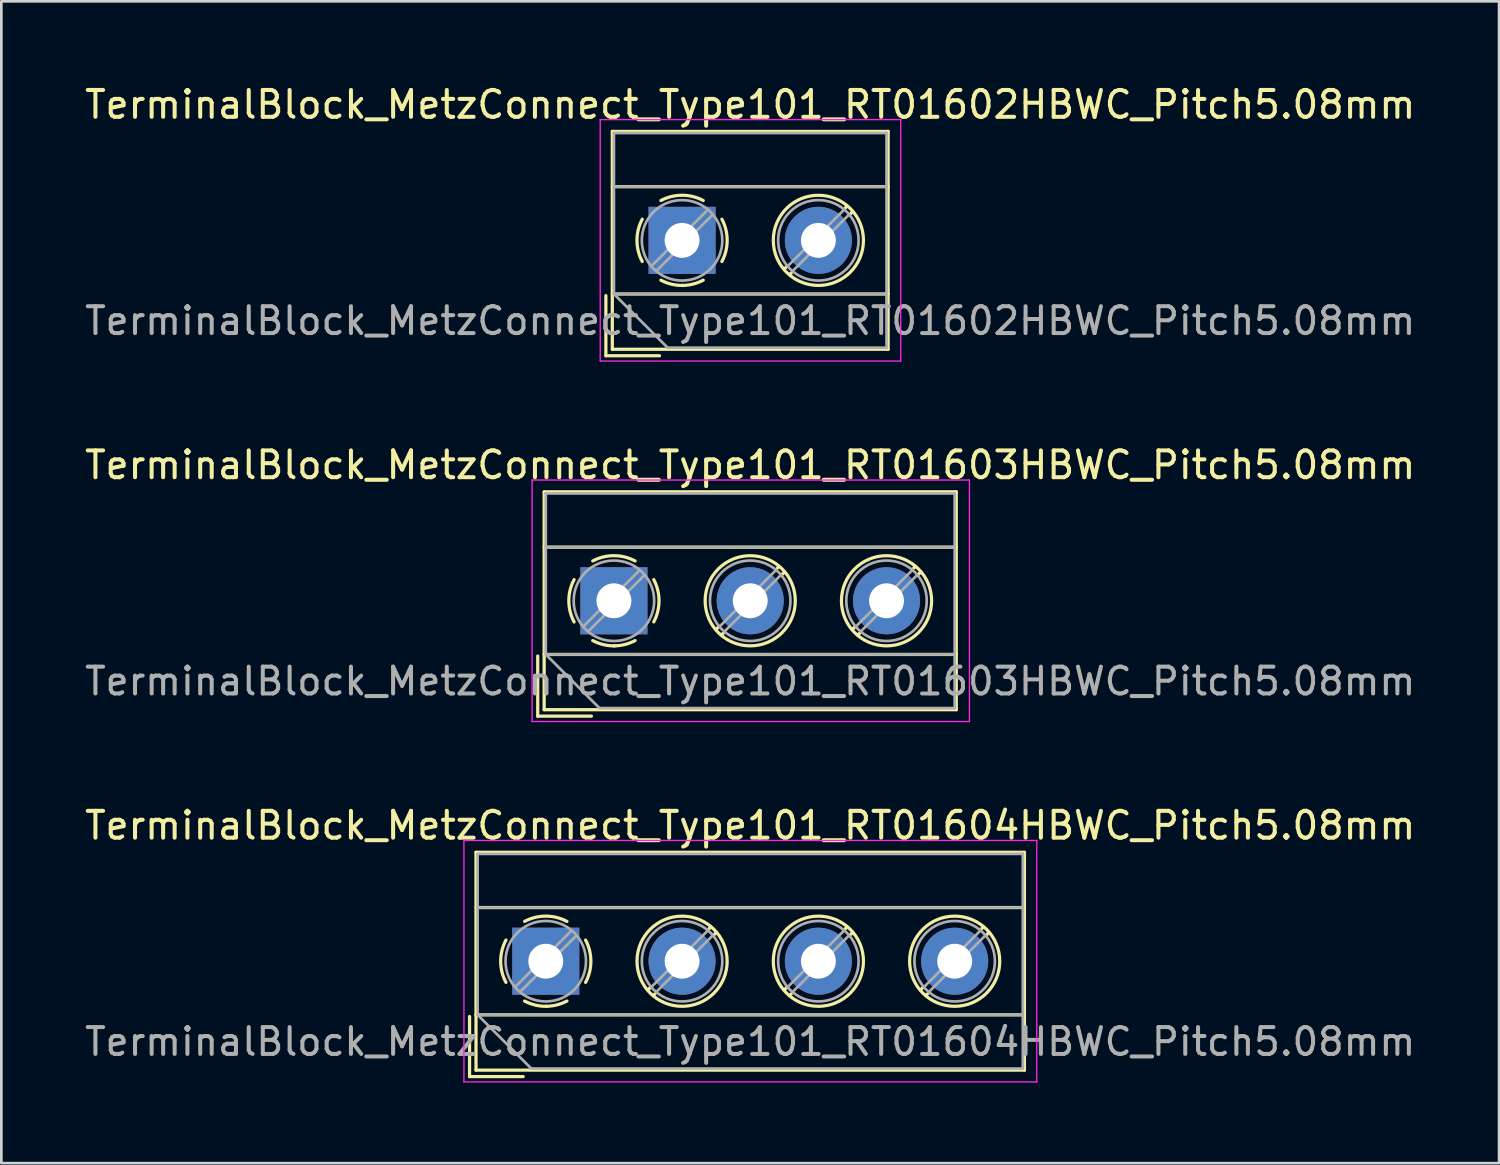
<source format=kicad_pcb>
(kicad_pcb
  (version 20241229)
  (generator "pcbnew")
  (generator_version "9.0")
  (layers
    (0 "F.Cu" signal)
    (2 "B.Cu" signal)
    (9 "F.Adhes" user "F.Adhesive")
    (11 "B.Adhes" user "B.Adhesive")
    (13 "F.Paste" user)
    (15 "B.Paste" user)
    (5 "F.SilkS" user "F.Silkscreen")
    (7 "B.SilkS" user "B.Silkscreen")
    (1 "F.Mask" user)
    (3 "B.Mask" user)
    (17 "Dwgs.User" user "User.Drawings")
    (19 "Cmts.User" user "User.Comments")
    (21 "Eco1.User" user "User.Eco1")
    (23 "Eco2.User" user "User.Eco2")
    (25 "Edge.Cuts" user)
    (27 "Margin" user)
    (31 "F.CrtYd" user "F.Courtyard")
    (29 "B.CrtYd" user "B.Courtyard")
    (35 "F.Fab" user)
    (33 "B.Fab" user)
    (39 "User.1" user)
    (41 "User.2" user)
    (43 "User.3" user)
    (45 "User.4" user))
  (footprint "TerminalBlock_MetzConnect_Type101_RT01602HBWC_Pitch5.08mm"
    (layer "F.Cu")
    (at 22.371 5.908)
    (property "Reference" "TerminalBlock_MetzConnect_Type101_RT01602HBWC_Pitch5.08mm" (at 2.54 -5.06 0) (layer "F.SilkS") (effects (font (size 1 1) (thickness 0.15))))
    (attr through_hole)
    (fp_line (start -2.84 2.06) (end -2.84 4.3) (stroke (width 0.12) (type solid)) (layer "F.SilkS"))
    (fp_line (start -2.84 4.3) (end -0.84 4.3) (stroke (width 0.12) (type solid)) (layer "F.SilkS"))
    (fp_line (start -2.6 -4.06) (end -2.6 4.06) (stroke (width 0.12) (type solid)) (layer "F.SilkS"))
    (fp_line (start -2.6 -2) (end 7.68 -2) (stroke (width 0.12) (type solid)) (layer "F.SilkS"))
    (fp_line (start -2.6 2) (end 7.68 2) (stroke (width 0.12) (type solid)) (layer "F.SilkS"))
    (fp_line (start -2.6 4.06) (end 7.68 4.06) (stroke (width 0.12) (type solid)) (layer "F.SilkS"))
    (fp_line (start 3.9 0.976) (end 3.806 1.069) (stroke (width 0.12) (type solid)) (layer "F.SilkS"))
    (fp_line (start 4.07 1.216) (end 4.011 1.274) (stroke (width 0.12) (type solid)) (layer "F.SilkS"))
    (fp_line (start 6.15 -1.275) (end 6.091 -1.216) (stroke (width 0.12) (type solid)) (layer "F.SilkS"))
    (fp_line (start 6.355 -1.069) (end 6.261 -0.976) (stroke (width 0.12) (type solid)) (layer "F.SilkS"))
    (fp_line (start 7.68 -4.06) (end -2.6 -4.06) (stroke (width 0.12) (type solid)) (layer "F.SilkS"))
    (fp_line (start 7.68 4.06) (end 7.68 -4.06) (stroke (width 0.12) (type solid)) (layer "F.SilkS"))
    (fp_arc (start -1.483953 0.789089) (mid -1.680708 0.00005) (end -1.484 -0.789) (stroke (width 0.12) (type solid)) (layer "F.SilkS"))
    (fp_arc (start -0.789089 -1.483953) (mid -0.00005 -1.680708) (end 0.789 -1.484) (stroke (width 0.12) (type solid)) (layer "F.SilkS"))
    (fp_arc (start 0.029383 1.68045) (mid -0.392304 1.634281) (end -0.789 1.484) (stroke (width 0.12) (type solid)) (layer "F.SilkS"))
    (fp_arc (start 0.788712 1.483352) (mid 0.406429 1.630097) (end 0 1.68) (stroke (width 0.12) (type solid)) (layer "F.SilkS"))
    (fp_arc (start 1.483953 -0.789089) (mid 1.680708 -0.00005) (end 1.484 0.789) (stroke (width 0.12) (type solid)) (layer "F.SilkS"))
    (fp_circle (center 5.08 0) (end 6.76 0) (stroke (width 0.12) (type solid)) (fill no) (layer "F.SilkS"))
    (fp_line (start -3.05 -4.5) (end -3.05 4.5) (stroke (width 0.05) (type solid)) (layer "F.CrtYd"))
    (fp_line (start -3.05 4.5) (end 8.15 4.5) (stroke (width 0.05) (type solid)) (layer "F.CrtYd"))
    (fp_line (start 8.15 -4.5) (end -3.05 -4.5) (stroke (width 0.05) (type solid)) (layer "F.CrtYd"))
    (fp_line (start 8.15 4.5) (end 8.15 -4.5) (stroke (width 0.05) (type solid)) (layer "F.CrtYd"))
    (fp_line (start -2.54 -4) (end 7.62 -4) (stroke (width 0.1) (type solid)) (layer "F.Fab"))
    (fp_line (start -2.54 -2) (end 7.62 -2) (stroke (width 0.1) (type solid)) (layer "F.Fab"))
    (fp_line (start -2.54 2) (end -2.54 -4) (stroke (width 0.1) (type solid)) (layer "F.Fab"))
    (fp_line (start -2.54 2) (end 7.62 2) (stroke (width 0.1) (type solid)) (layer "F.Fab"))
    (fp_line (start -0.54 4) (end -2.54 2) (stroke (width 0.1) (type solid)) (layer "F.Fab"))
    (fp_line (start 0.955 -1.138) (end -1.138 0.955) (stroke (width 0.1) (type solid)) (layer "F.Fab"))
    (fp_line (start 1.138 -0.955) (end -0.955 1.138) (stroke (width 0.1) (type solid)) (layer "F.Fab"))
    (fp_line (start 6.035 -1.138) (end 3.943 0.955) (stroke (width 0.1) (type solid)) (layer "F.Fab"))
    (fp_line (start 6.218 -0.955) (end 4.126 1.138) (stroke (width 0.1) (type solid)) (layer "F.Fab"))
    (fp_line (start 7.62 -4) (end 7.62 4) (stroke (width 0.1) (type solid)) (layer "F.Fab"))
    (fp_line (start 7.62 4) (end -0.54 4) (stroke (width 0.1) (type solid)) (layer "F.Fab"))
    (fp_circle (center 0 0) (end 1.5 0) (stroke (width 0.1) (type solid)) (fill no) (layer "F.Fab"))
    (fp_circle (center 5.08 0) (end 6.58 0) (stroke (width 0.1) (type solid)) (fill no) (layer "F.Fab"))
    (fp_text user "${REFERENCE}" (at 2.54 3 0) (layer "F.Fab") (effects (font (size 1 1) (thickness 0.15))))
    (pad "1" thru_hole rect (at 0 0) (size 2.5 2.5) (drill 1.3) (layers "*.Cu" "*.Mask"))
    (pad "2" thru_hole circle (at 5.08 0) (size 2.5 2.5) (drill 1.3) (layers "*.Cu" "*.Mask")))
  (footprint "TerminalBlock_MetzConnect_Type101_RT01604HBWC_Pitch5.08mm"
    (layer "F.Cu")
    (at 17.291 32.775)
    (property "Reference" "TerminalBlock_MetzConnect_Type101_RT01604HBWC_Pitch5.08mm" (at 7.62 -5.06 0) (layer "F.SilkS") (effects (font (size 1 1) (thickness 0.15))))
    (attr through_hole)
    (fp_line (start -2.84 2.06) (end -2.84 4.3) (stroke (width 0.12) (type solid)) (layer "F.SilkS"))
    (fp_line (start -2.84 4.3) (end -0.84 4.3) (stroke (width 0.12) (type solid)) (layer "F.SilkS"))
    (fp_line (start -2.6 -4.06) (end -2.6 4.06) (stroke (width 0.12) (type solid)) (layer "F.SilkS"))
    (fp_line (start -2.6 -2) (end 17.84 -2) (stroke (width 0.12) (type solid)) (layer "F.SilkS"))
    (fp_line (start -2.6 2) (end 17.84 2) (stroke (width 0.12) (type solid)) (layer "F.SilkS"))
    (fp_line (start -2.6 4.06) (end 17.84 4.06) (stroke (width 0.12) (type solid)) (layer "F.SilkS"))
    (fp_line (start 3.9 0.976) (end 3.806 1.069) (stroke (width 0.12) (type solid)) (layer "F.SilkS"))
    (fp_line (start 4.07 1.216) (end 4.011 1.274) (stroke (width 0.12) (type solid)) (layer "F.SilkS"))
    (fp_line (start 6.15 -1.275) (end 6.091 -1.216) (stroke (width 0.12) (type solid)) (layer "F.SilkS"))
    (fp_line (start 6.355 -1.069) (end 6.261 -0.976) (stroke (width 0.12) (type solid)) (layer "F.SilkS"))
    (fp_line (start 8.98 0.976) (end 8.886 1.069) (stroke (width 0.12) (type solid)) (layer "F.SilkS"))
    (fp_line (start 9.15 1.216) (end 9.091 1.274) (stroke (width 0.12) (type solid)) (layer "F.SilkS"))
    (fp_line (start 11.23 -1.275) (end 11.171 -1.216) (stroke (width 0.12) (type solid)) (layer "F.SilkS"))
    (fp_line (start 11.435 -1.069) (end 11.341 -0.976) (stroke (width 0.12) (type solid)) (layer "F.SilkS"))
    (fp_line (start 14.06 0.976) (end 13.966 1.069) (stroke (width 0.12) (type solid)) (layer "F.SilkS"))
    (fp_line (start 14.23 1.216) (end 14.171 1.274) (stroke (width 0.12) (type solid)) (layer "F.SilkS"))
    (fp_line (start 16.31 -1.275) (end 16.251 -1.216) (stroke (width 0.12) (type solid)) (layer "F.SilkS"))
    (fp_line (start 16.515 -1.069) (end 16.421 -0.976) (stroke (width 0.12) (type solid)) (layer "F.SilkS"))
    (fp_line (start 17.84 -4.06) (end -2.6 -4.06) (stroke (width 0.12) (type solid)) (layer "F.SilkS"))
    (fp_line (start 17.84 4.06) (end 17.84 -4.06) (stroke (width 0.12) (type solid)) (layer "F.SilkS"))
    (fp_arc (start -1.483953 0.789089) (mid -1.680708 0.00005) (end -1.484 -0.789) (stroke (width 0.12) (type solid)) (layer "F.SilkS"))
    (fp_arc (start -0.789089 -1.483953) (mid -0.00005 -1.680708) (end 0.789 -1.484) (stroke (width 0.12) (type solid)) (layer "F.SilkS"))
    (fp_arc (start 0.029383 1.68045) (mid -0.392304 1.634281) (end -0.789 1.484) (stroke (width 0.12) (type solid)) (layer "F.SilkS"))
    (fp_arc (start 0.788712 1.483352) (mid 0.406429 1.630097) (end 0 1.68) (stroke (width 0.12) (type solid)) (layer "F.SilkS"))
    (fp_arc (start 1.483953 -0.789089) (mid 1.680708 -0.00005) (end 1.484 0.789) (stroke (width 0.12) (type solid)) (layer "F.SilkS"))
    (fp_circle (center 5.08 0) (end 6.76 0) (stroke (width 0.12) (type solid)) (fill no) (layer "F.SilkS"))
    (fp_circle (center 10.16 0) (end 11.84 0) (stroke (width 0.12) (type solid)) (fill no) (layer "F.SilkS"))
    (fp_circle (center 15.24 0) (end 16.92 0) (stroke (width 0.12) (type solid)) (fill no) (layer "F.SilkS"))
    (fp_line (start -3.05 -4.5) (end -3.05 4.5) (stroke (width 0.05) (type solid)) (layer "F.CrtYd"))
    (fp_line (start -3.05 4.5) (end 18.3 4.5) (stroke (width 0.05) (type solid)) (layer "F.CrtYd"))
    (fp_line (start 18.3 -4.5) (end -3.05 -4.5) (stroke (width 0.05) (type solid)) (layer "F.CrtYd"))
    (fp_line (start 18.3 4.5) (end 18.3 -4.5) (stroke (width 0.05) (type solid)) (layer "F.CrtYd"))
    (fp_line (start -2.54 -4) (end 17.78 -4) (stroke (width 0.1) (type solid)) (layer "F.Fab"))
    (fp_line (start -2.54 -2) (end 17.78 -2) (stroke (width 0.1) (type solid)) (layer "F.Fab"))
    (fp_line (start -2.54 2) (end -2.54 -4) (stroke (width 0.1) (type solid)) (layer "F.Fab"))
    (fp_line (start -2.54 2) (end 17.78 2) (stroke (width 0.1) (type solid)) (layer "F.Fab"))
    (fp_line (start -0.54 4) (end -2.54 2) (stroke (width 0.1) (type solid)) (layer "F.Fab"))
    (fp_line (start 0.955 -1.138) (end -1.138 0.955) (stroke (width 0.1) (type solid)) (layer "F.Fab"))
    (fp_line (start 1.138 -0.955) (end -0.955 1.138) (stroke (width 0.1) (type solid)) (layer "F.Fab"))
    (fp_line (start 6.035 -1.138) (end 3.943 0.955) (stroke (width 0.1) (type solid)) (layer "F.Fab"))
    (fp_line (start 6.218 -0.955) (end 4.126 1.138) (stroke (width 0.1) (type solid)) (layer "F.Fab"))
    (fp_line (start 11.115 -1.138) (end 9.023 0.955) (stroke (width 0.1) (type solid)) (layer "F.Fab"))
    (fp_line (start 11.298 -0.955) (end 9.206 1.138) (stroke (width 0.1) (type solid)) (layer "F.Fab"))
    (fp_line (start 16.195 -1.138) (end 14.103 0.955) (stroke (width 0.1) (type solid)) (layer "F.Fab"))
    (fp_line (start 16.378 -0.955) (end 14.286 1.138) (stroke (width 0.1) (type solid)) (layer "F.Fab"))
    (fp_line (start 17.78 -4) (end 17.78 4) (stroke (width 0.1) (type solid)) (layer "F.Fab"))
    (fp_line (start 17.78 4) (end -0.54 4) (stroke (width 0.1) (type solid)) (layer "F.Fab"))
    (fp_circle (center 0 0) (end 1.5 0) (stroke (width 0.1) (type solid)) (fill no) (layer "F.Fab"))
    (fp_circle (center 5.08 0) (end 6.58 0) (stroke (width 0.1) (type solid)) (fill no) (layer "F.Fab"))
    (fp_circle (center 10.16 0) (end 11.66 0) (stroke (width 0.1) (type solid)) (fill no) (layer "F.Fab"))
    (fp_circle (center 15.24 0) (end 16.74 0) (stroke (width 0.1) (type solid)) (fill no) (layer "F.Fab"))
    (fp_text user "${REFERENCE}" (at 7.62 3 0) (layer "F.Fab") (effects (font (size 1 1) (thickness 0.15))))
    (pad "1" thru_hole rect (at 0 0) (size 2.5 2.5) (drill 1.3) (layers "*.Cu" "*.Mask"))
    (pad "2" thru_hole circle (at 5.08 0) (size 2.5 2.5) (drill 1.3) (layers "*.Cu" "*.Mask"))
    (pad "3" thru_hole circle (at 10.16 0) (size 2.5 2.5) (drill 1.3) (layers "*.Cu" "*.Mask"))
    (pad "4" thru_hole circle (at 15.24 0) (size 2.5 2.5) (drill 1.3) (layers "*.Cu" "*.Mask")))
  (footprint "TerminalBlock_MetzConnect_Type101_RT01603HBWC_Pitch5.08mm"
    (layer "F.Cu")
    (at 19.831 19.341)
    (property "Reference" "TerminalBlock_MetzConnect_Type101_RT01603HBWC_Pitch5.08mm" (at 5.08 -5.06 0) (layer "F.SilkS") (effects (font (size 1 1) (thickness 0.15))))
    (attr through_hole)
    (fp_line (start -2.84 2.06) (end -2.84 4.3) (stroke (width 0.12) (type solid)) (layer "F.SilkS"))
    (fp_line (start -2.84 4.3) (end -0.84 4.3) (stroke (width 0.12) (type solid)) (layer "F.SilkS"))
    (fp_line (start -2.6 -4.06) (end -2.6 4.06) (stroke (width 0.12) (type solid)) (layer "F.SilkS"))
    (fp_line (start -2.6 -2) (end 12.76 -2) (stroke (width 0.12) (type solid)) (layer "F.SilkS"))
    (fp_line (start -2.6 2) (end 12.76 2) (stroke (width 0.12) (type solid)) (layer "F.SilkS"))
    (fp_line (start -2.6 4.06) (end 12.76 4.06) (stroke (width 0.12) (type solid)) (layer "F.SilkS"))
    (fp_line (start 3.9 0.976) (end 3.806 1.069) (stroke (width 0.12) (type solid)) (layer "F.SilkS"))
    (fp_line (start 4.07 1.216) (end 4.011 1.274) (stroke (width 0.12) (type solid)) (layer "F.SilkS"))
    (fp_line (start 6.15 -1.275) (end 6.091 -1.216) (stroke (width 0.12) (type solid)) (layer "F.SilkS"))
    (fp_line (start 6.355 -1.069) (end 6.261 -0.976) (stroke (width 0.12) (type solid)) (layer "F.SilkS"))
    (fp_line (start 8.98 0.976) (end 8.886 1.069) (stroke (width 0.12) (type solid)) (layer "F.SilkS"))
    (fp_line (start 9.15 1.216) (end 9.091 1.274) (stroke (width 0.12) (type solid)) (layer "F.SilkS"))
    (fp_line (start 11.23 -1.275) (end 11.171 -1.216) (stroke (width 0.12) (type solid)) (layer "F.SilkS"))
    (fp_line (start 11.435 -1.069) (end 11.341 -0.976) (stroke (width 0.12) (type solid)) (layer "F.SilkS"))
    (fp_line (start 12.76 -4.06) (end -2.6 -4.06) (stroke (width 0.12) (type solid)) (layer "F.SilkS"))
    (fp_line (start 12.76 4.06) (end 12.76 -4.06) (stroke (width 0.12) (type solid)) (layer "F.SilkS"))
    (fp_arc (start -1.483953 0.789089) (mid -1.680708 0.00005) (end -1.484 -0.789) (stroke (width 0.12) (type solid)) (layer "F.SilkS"))
    (fp_arc (start -0.789089 -1.483953) (mid -0.00005 -1.680708) (end 0.789 -1.484) (stroke (width 0.12) (type solid)) (layer "F.SilkS"))
    (fp_arc (start 0.029383 1.68045) (mid -0.392304 1.634281) (end -0.789 1.484) (stroke (width 0.12) (type solid)) (layer "F.SilkS"))
    (fp_arc (start 0.788712 1.483352) (mid 0.406429 1.630097) (end 0 1.68) (stroke (width 0.12) (type solid)) (layer "F.SilkS"))
    (fp_arc (start 1.483953 -0.789089) (mid 1.680708 -0.00005) (end 1.484 0.789) (stroke (width 0.12) (type solid)) (layer "F.SilkS"))
    (fp_circle (center 5.08 0) (end 6.76 0) (stroke (width 0.12) (type solid)) (fill no) (layer "F.SilkS"))
    (fp_circle (center 10.16 0) (end 11.84 0) (stroke (width 0.12) (type solid)) (fill no) (layer "F.SilkS"))
    (fp_line (start -3.05 -4.5) (end -3.05 4.5) (stroke (width 0.05) (type solid)) (layer "F.CrtYd"))
    (fp_line (start -3.05 4.5) (end 13.25 4.5) (stroke (width 0.05) (type solid)) (layer "F.CrtYd"))
    (fp_line (start 13.25 -4.5) (end -3.05 -4.5) (stroke (width 0.05) (type solid)) (layer "F.CrtYd"))
    (fp_line (start 13.25 4.5) (end 13.25 -4.5) (stroke (width 0.05) (type solid)) (layer "F.CrtYd"))
    (fp_line (start -2.54 -4) (end 12.7 -4) (stroke (width 0.1) (type solid)) (layer "F.Fab"))
    (fp_line (start -2.54 -2) (end 12.7 -2) (stroke (width 0.1) (type solid)) (layer "F.Fab"))
    (fp_line (start -2.54 2) (end -2.54 -4) (stroke (width 0.1) (type solid)) (layer "F.Fab"))
    (fp_line (start -2.54 2) (end 12.7 2) (stroke (width 0.1) (type solid)) (layer "F.Fab"))
    (fp_line (start -0.54 4) (end -2.54 2) (stroke (width 0.1) (type solid)) (layer "F.Fab"))
    (fp_line (start 0.955 -1.138) (end -1.138 0.955) (stroke (width 0.1) (type solid)) (layer "F.Fab"))
    (fp_line (start 1.138 -0.955) (end -0.955 1.138) (stroke (width 0.1) (type solid)) (layer "F.Fab"))
    (fp_line (start 6.035 -1.138) (end 3.943 0.955) (stroke (width 0.1) (type solid)) (layer "F.Fab"))
    (fp_line (start 6.218 -0.955) (end 4.126 1.138) (stroke (width 0.1) (type solid)) (layer "F.Fab"))
    (fp_line (start 11.115 -1.138) (end 9.023 0.955) (stroke (width 0.1) (type solid)) (layer "F.Fab"))
    (fp_line (start 11.298 -0.955) (end 9.206 1.138) (stroke (width 0.1) (type solid)) (layer "F.Fab"))
    (fp_line (start 12.7 -4) (end 12.7 4) (stroke (width 0.1) (type solid)) (layer "F.Fab"))
    (fp_line (start 12.7 4) (end -0.54 4) (stroke (width 0.1) (type solid)) (layer "F.Fab"))
    (fp_circle (center 0 0) (end 1.5 0) (stroke (width 0.1) (type solid)) (fill no) (layer "F.Fab"))
    (fp_circle (center 5.08 0) (end 6.58 0) (stroke (width 0.1) (type solid)) (fill no) (layer "F.Fab"))
    (fp_circle (center 10.16 0) (end 11.66 0) (stroke (width 0.1) (type solid)) (fill no) (layer "F.Fab"))
    (fp_text user "${REFERENCE}" (at 5.08 3 0) (layer "F.Fab") (effects (font (size 1 1) (thickness 0.15))))
    (pad "1" thru_hole rect (at 0 0) (size 2.5 2.5) (drill 1.3) (layers "*.Cu" "*.Mask"))
    (pad "2" thru_hole circle (at 5.08 0) (size 2.5 2.5) (drill 1.3) (layers "*.Cu" "*.Mask"))
    (pad "3" thru_hole circle (at 10.16 0) (size 2.5 2.5) (drill 1.3) (layers "*.Cu" "*.Mask")))
  (gr_rect
    (start -3 -3)
    (end 52.821 40.3)
    (stroke (width 0.1) (type default))
    (fill no)
    (layer "Edge.Cuts")))
</source>
